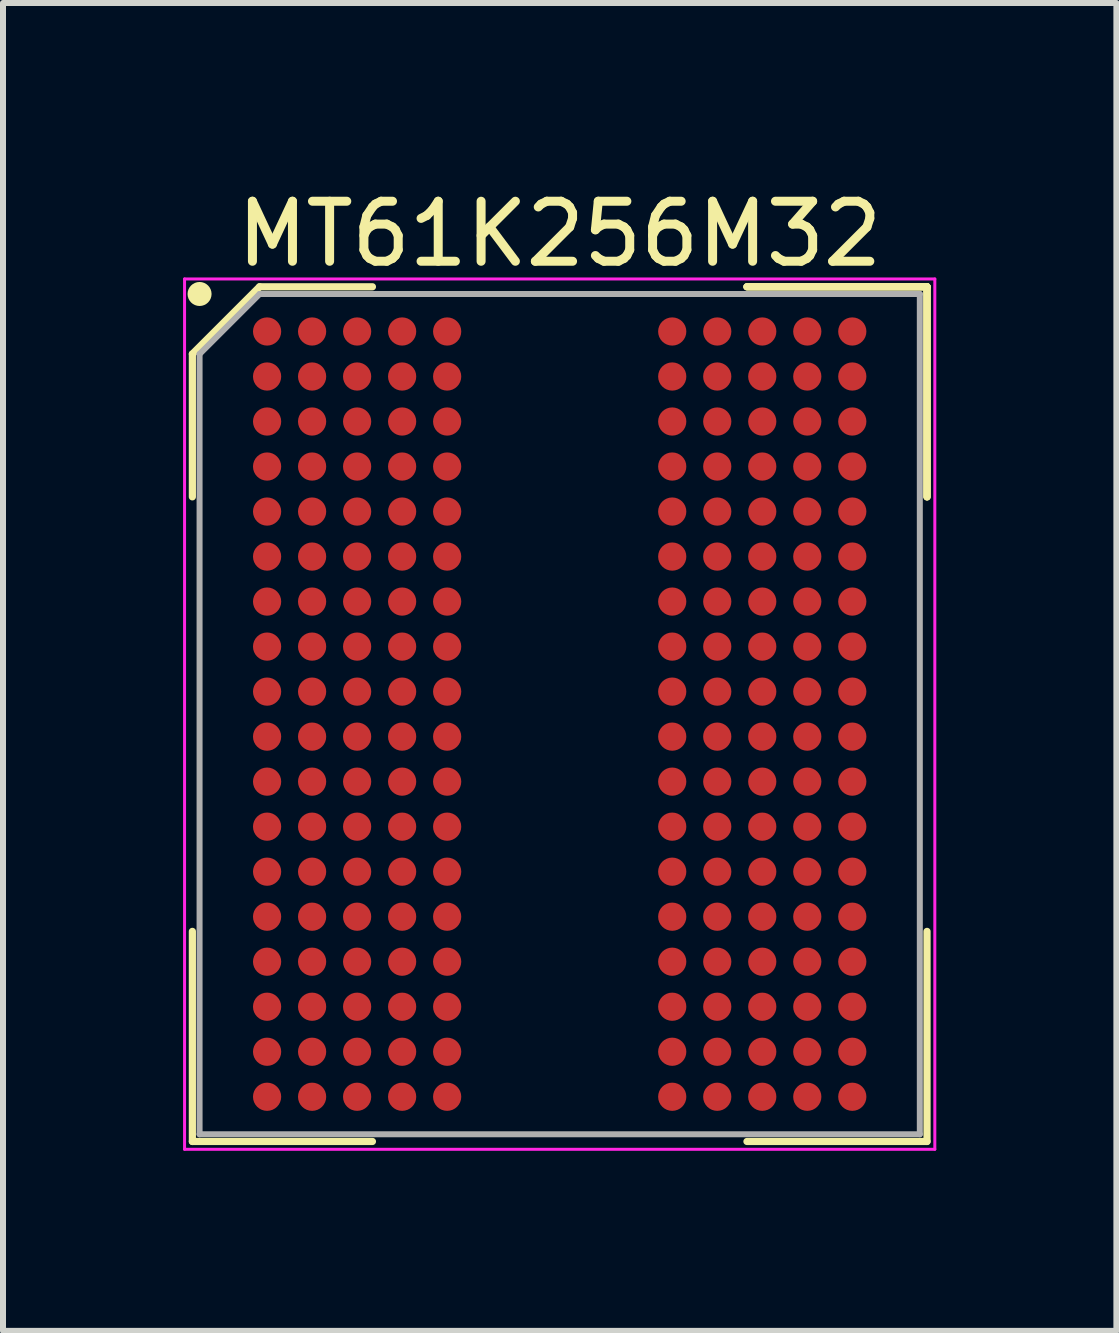
<source format=kicad_pcb>
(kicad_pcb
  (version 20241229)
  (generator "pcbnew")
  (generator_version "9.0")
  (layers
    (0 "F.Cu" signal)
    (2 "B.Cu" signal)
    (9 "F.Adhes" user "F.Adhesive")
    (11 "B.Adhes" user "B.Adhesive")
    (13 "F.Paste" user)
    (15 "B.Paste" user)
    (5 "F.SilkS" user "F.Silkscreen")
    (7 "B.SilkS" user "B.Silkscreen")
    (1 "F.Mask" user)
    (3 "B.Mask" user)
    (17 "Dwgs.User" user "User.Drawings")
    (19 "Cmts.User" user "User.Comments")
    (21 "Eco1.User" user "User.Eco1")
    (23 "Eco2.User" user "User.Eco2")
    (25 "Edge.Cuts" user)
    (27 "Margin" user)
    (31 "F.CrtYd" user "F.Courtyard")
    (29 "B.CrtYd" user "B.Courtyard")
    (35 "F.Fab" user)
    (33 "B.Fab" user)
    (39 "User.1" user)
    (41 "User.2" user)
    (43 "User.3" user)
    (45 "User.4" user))
  (footprint "MT61K256M32"
    (layer "F.Cu")
    (at 6.275 8.848)
    (property "Reference" "MT61K256M32" (at 0 -8 0) (layer "F.SilkS") (effects (font (size 1 1) (thickness 0.15))))
    (attr smd)
    (fp_line (start -6.12 -6) (end -6.12 -3.62) (stroke (width 0.12) (type solid)) (layer "F.SilkS"))
    (fp_line (start -6.12 7.12) (end -6.12 3.62) (stroke (width 0.12) (type solid)) (layer "F.SilkS"))
    (fp_line (start -5 -7.12) (end -6.12 -6) (stroke (width 0.12) (type solid)) (layer "F.SilkS"))
    (fp_line (start -3.12 -7.12) (end -5 -7.12) (stroke (width 0.12) (type solid)) (layer "F.SilkS"))
    (fp_line (start -3.12 7.12) (end -6.12 7.12) (stroke (width 0.12) (type solid)) (layer "F.SilkS"))
    (fp_line (start 3.12 -7.12) (end 6.12 -7.12) (stroke (width 0.12) (type solid)) (layer "F.SilkS"))
    (fp_line (start 3.12 -7.12) (end 6.12 -7.12) (stroke (width 0.12) (type solid)) (layer "F.SilkS"))
    (fp_line (start 3.12 -7.12) (end 6.12 -7.12) (stroke (width 0.12) (type solid)) (layer "F.SilkS"))
    (fp_line (start 3.12 7.12) (end 6.12 7.12) (stroke (width 0.12) (type solid)) (layer "F.SilkS"))
    (fp_line (start 6.12 -7.12) (end 6.12 -3.62) (stroke (width 0.12) (type solid)) (layer "F.SilkS"))
    (fp_line (start 6.12 -7.12) (end 6.12 -3.62) (stroke (width 0.12) (type solid)) (layer "F.SilkS"))
    (fp_line (start 6.12 -7.12) (end 6.12 -3.62) (stroke (width 0.12) (type solid)) (layer "F.SilkS"))
    (fp_line (start 6.12 7.12) (end 6.12 3.62) (stroke (width 0.12) (type solid)) (layer "F.SilkS"))
    (fp_circle (center -6 -7) (end -6 -6.9) (stroke (width 0.2) (type solid)) (fill no) (layer "F.SilkS"))
    (fp_line (start -6.25 -7.25) (end 6.25 -7.25) (stroke (width 0.05) (type solid)) (layer "F.CrtYd"))
    (fp_line (start -6.25 7.25) (end -6.25 -7.25) (stroke (width 0.05) (type solid)) (layer "F.CrtYd"))
    (fp_line (start 6.25 -7.25) (end 6.25 7.25) (stroke (width 0.05) (type solid)) (layer "F.CrtYd"))
    (fp_line (start 6.25 7.25) (end -6.25 7.25) (stroke (width 0.05) (type solid)) (layer "F.CrtYd"))
    (fp_line (start -6 -6) (end -6 7) (stroke (width 0.1) (type solid)) (layer "F.Fab"))
    (fp_line (start -6 7) (end 6 7) (stroke (width 0.1) (type solid)) (layer "F.Fab"))
    (fp_line (start -5 -7) (end -6 -6) (stroke (width 0.1) (type solid)) (layer "F.Fab"))
    (fp_line (start 6 -7) (end -5 -7) (stroke (width 0.1) (type solid)) (layer "F.Fab"))
    (fp_line (start 6 7) (end 6 -7) (stroke (width 0.1) (type solid)) (layer "F.Fab"))
    (pad "A1" smd circle (at -4.875 -6.375) (size 0.47 0.47) (layers "F.Cu" "F.Mask" "F.Paste"))
    (pad "A2" smd circle (at -4.125 -6.375) (size 0.47 0.47) (layers "F.Cu" "F.Mask" "F.Paste"))
    (pad "A3" smd circle (at -3.375 -6.375) (size 0.47 0.47) (layers "F.Cu" "F.Mask" "F.Paste"))
    (pad "A4" smd circle (at -2.625 -6.375) (size 0.47 0.47) (layers "F.Cu" "F.Mask" "F.Paste"))
    (pad "A5" smd circle (at -1.875 -6.375) (size 0.47 0.47) (layers "F.Cu" "F.Mask" "F.Paste"))
    (pad "A10" smd circle (at 1.875 -6.375) (size 0.47 0.47) (layers "F.Cu" "F.Mask" "F.Paste"))
    (pad "A11" smd circle (at 2.625 -6.375) (size 0.47 0.47) (layers "F.Cu" "F.Mask" "F.Paste"))
    (pad "A12" smd circle (at 3.375 -6.375) (size 0.47 0.47) (layers "F.Cu" "F.Mask" "F.Paste"))
    (pad "A13" smd circle (at 4.125 -6.375) (size 0.47 0.47) (layers "F.Cu" "F.Mask" "F.Paste"))
    (pad "A14" smd circle (at 4.875 -6.375) (size 0.47 0.47) (layers "F.Cu" "F.Mask" "F.Paste"))
    (pad "B1" smd circle (at -4.875 -5.625) (size 0.47 0.47) (layers "F.Cu" "F.Mask" "F.Paste"))
    (pad "B2" smd circle (at -4.125 -5.625) (size 0.47 0.47) (layers "F.Cu" "F.Mask" "F.Paste"))
    (pad "B3" smd circle (at -3.375 -5.625) (size 0.47 0.47) (layers "F.Cu" "F.Mask" "F.Paste"))
    (pad "B4" smd circle (at -2.625 -5.625) (size 0.47 0.47) (layers "F.Cu" "F.Mask" "F.Paste"))
    (pad "B5" smd circle (at -1.875 -5.625) (size 0.47 0.47) (layers "F.Cu" "F.Mask" "F.Paste"))
    (pad "B10" smd circle (at 1.875 -5.625) (size 0.47 0.47) (layers "F.Cu" "F.Mask" "F.Paste"))
    (pad "B11" smd circle (at 2.625 -5.625) (size 0.47 0.47) (layers "F.Cu" "F.Mask" "F.Paste"))
    (pad "B12" smd circle (at 3.375 -5.625) (size 0.47 0.47) (layers "F.Cu" "F.Mask" "F.Paste"))
    (pad "B13" smd circle (at 4.125 -5.625) (size 0.47 0.47) (layers "F.Cu" "F.Mask" "F.Paste"))
    (pad "B14" smd circle (at 4.875 -5.625) (size 0.47 0.47) (layers "F.Cu" "F.Mask" "F.Paste"))
    (pad "C1" smd circle (at -4.875 -4.875) (size 0.47 0.47) (layers "F.Cu" "F.Mask" "F.Paste"))
    (pad "C2" smd circle (at -4.125 -4.875) (size 0.47 0.47) (layers "F.Cu" "F.Mask" "F.Paste"))
    (pad "C3" smd circle (at -3.375 -4.875) (size 0.47 0.47) (layers "F.Cu" "F.Mask" "F.Paste"))
    (pad "C4" smd circle (at -2.625 -4.875) (size 0.47 0.47) (layers "F.Cu" "F.Mask" "F.Paste"))
    (pad "C5" smd circle (at -1.875 -4.875) (size 0.47 0.47) (layers "F.Cu" "F.Mask" "F.Paste"))
    (pad "C10" smd circle (at 1.875 -4.875) (size 0.47 0.47) (layers "F.Cu" "F.Mask" "F.Paste"))
    (pad "C11" smd circle (at 2.625 -4.875) (size 0.47 0.47) (layers "F.Cu" "F.Mask" "F.Paste"))
    (pad "C12" smd circle (at 3.375 -4.875) (size 0.47 0.47) (layers "F.Cu" "F.Mask" "F.Paste"))
    (pad "C13" smd circle (at 4.125 -4.875) (size 0.47 0.47) (layers "F.Cu" "F.Mask" "F.Paste"))
    (pad "C14" smd circle (at 4.875 -4.875) (size 0.47 0.47) (layers "F.Cu" "F.Mask" "F.Paste"))
    (pad "D1" smd circle (at -4.875 -4.125) (size 0.47 0.47) (layers "F.Cu" "F.Mask" "F.Paste"))
    (pad "D2" smd circle (at -4.125 -4.125) (size 0.47 0.47) (layers "F.Cu" "F.Mask" "F.Paste"))
    (pad "D3" smd circle (at -3.375 -4.125) (size 0.47 0.47) (layers "F.Cu" "F.Mask" "F.Paste"))
    (pad "D4" smd circle (at -2.625 -4.125) (size 0.47 0.47) (layers "F.Cu" "F.Mask" "F.Paste"))
    (pad "D5" smd circle (at -1.875 -4.125) (size 0.47 0.47) (layers "F.Cu" "F.Mask" "F.Paste"))
    (pad "D10" smd circle (at 1.875 -4.125) (size 0.47 0.47) (layers "F.Cu" "F.Mask" "F.Paste"))
    (pad "D11" smd circle (at 2.625 -4.125) (size 0.47 0.47) (layers "F.Cu" "F.Mask" "F.Paste"))
    (pad "D12" smd circle (at 3.375 -4.125) (size 0.47 0.47) (layers "F.Cu" "F.Mask" "F.Paste"))
    (pad "D13" smd circle (at 4.125 -4.125) (size 0.47 0.47) (layers "F.Cu" "F.Mask" "F.Paste"))
    (pad "D14" smd circle (at 4.875 -4.125) (size 0.47 0.47) (layers "F.Cu" "F.Mask" "F.Paste"))
    (pad "E1" smd circle (at -4.875 -3.375) (size 0.47 0.47) (layers "F.Cu" "F.Mask" "F.Paste"))
    (pad "E2" smd circle (at -4.125 -3.375) (size 0.47 0.47) (layers "F.Cu" "F.Mask" "F.Paste"))
    (pad "E3" smd circle (at -3.375 -3.375) (size 0.47 0.47) (layers "F.Cu" "F.Mask" "F.Paste"))
    (pad "E4" smd circle (at -2.625 -3.375) (size 0.47 0.47) (layers "F.Cu" "F.Mask" "F.Paste"))
    (pad "E5" smd circle (at -1.875 -3.375) (size 0.47 0.47) (layers "F.Cu" "F.Mask" "F.Paste"))
    (pad "E10" smd circle (at 1.875 -3.375) (size 0.47 0.47) (layers "F.Cu" "F.Mask" "F.Paste"))
    (pad "E11" smd circle (at 2.625 -3.375) (size 0.47 0.47) (layers "F.Cu" "F.Mask" "F.Paste"))
    (pad "E12" smd circle (at 3.375 -3.375) (size 0.47 0.47) (layers "F.Cu" "F.Mask" "F.Paste"))
    (pad "E13" smd circle (at 4.125 -3.375) (size 0.47 0.47) (layers "F.Cu" "F.Mask" "F.Paste"))
    (pad "E14" smd circle (at 4.875 -3.375) (size 0.47 0.47) (layers "F.Cu" "F.Mask" "F.Paste"))
    (pad "F1" smd circle (at -4.875 -2.625) (size 0.47 0.47) (layers "F.Cu" "F.Mask" "F.Paste"))
    (pad "F2" smd circle (at -4.125 -2.625) (size 0.47 0.47) (layers "F.Cu" "F.Mask" "F.Paste"))
    (pad "F3" smd circle (at -3.375 -2.625) (size 0.47 0.47) (layers "F.Cu" "F.Mask" "F.Paste"))
    (pad "F4" smd circle (at -2.625 -2.625) (size 0.47 0.47) (layers "F.Cu" "F.Mask" "F.Paste"))
    (pad "F5" smd circle (at -1.875 -2.625) (size 0.47 0.47) (layers "F.Cu" "F.Mask" "F.Paste"))
    (pad "F10" smd circle (at 1.875 -2.625) (size 0.47 0.47) (layers "F.Cu" "F.Mask" "F.Paste"))
    (pad "F11" smd circle (at 2.625 -2.625) (size 0.47 0.47) (layers "F.Cu" "F.Mask" "F.Paste"))
    (pad "F12" smd circle (at 3.375 -2.625) (size 0.47 0.47) (layers "F.Cu" "F.Mask" "F.Paste"))
    (pad "F13" smd circle (at 4.125 -2.625) (size 0.47 0.47) (layers "F.Cu" "F.Mask" "F.Paste"))
    (pad "F14" smd circle (at 4.875 -2.625) (size 0.47 0.47) (layers "F.Cu" "F.Mask" "F.Paste"))
    (pad "G1" smd circle (at -4.875 -1.875) (size 0.47 0.47) (layers "F.Cu" "F.Mask" "F.Paste"))
    (pad "G2" smd circle (at -4.125 -1.875) (size 0.47 0.47) (layers "F.Cu" "F.Mask" "F.Paste"))
    (pad "G3" smd circle (at -3.375 -1.875) (size 0.47 0.47) (layers "F.Cu" "F.Mask" "F.Paste"))
    (pad "G4" smd circle (at -2.625 -1.875) (size 0.47 0.47) (layers "F.Cu" "F.Mask" "F.Paste"))
    (pad "G5" smd circle (at -1.875 -1.875) (size 0.47 0.47) (layers "F.Cu" "F.Mask" "F.Paste"))
    (pad "G10" smd circle (at 1.875 -1.875) (size 0.47 0.47) (layers "F.Cu" "F.Mask" "F.Paste"))
    (pad "G11" smd circle (at 2.625 -1.875) (size 0.47 0.47) (layers "F.Cu" "F.Mask" "F.Paste"))
    (pad "G12" smd circle (at 3.375 -1.875) (size 0.47 0.47) (layers "F.Cu" "F.Mask" "F.Paste"))
    (pad "G13" smd circle (at 4.125 -1.875) (size 0.47 0.47) (layers "F.Cu" "F.Mask" "F.Paste"))
    (pad "G14" smd circle (at 4.875 -1.875) (size 0.47 0.47) (layers "F.Cu" "F.Mask" "F.Paste"))
    (pad "H1" smd circle (at -4.875 -1.125) (size 0.47 0.47) (layers "F.Cu" "F.Mask" "F.Paste"))
    (pad "H2" smd circle (at -4.125 -1.125) (size 0.47 0.47) (layers "F.Cu" "F.Mask" "F.Paste"))
    (pad "H3" smd circle (at -3.375 -1.125) (size 0.47 0.47) (layers "F.Cu" "F.Mask" "F.Paste"))
    (pad "H4" smd circle (at -2.625 -1.125) (size 0.47 0.47) (layers "F.Cu" "F.Mask" "F.Paste"))
    (pad "H5" smd circle (at -1.875 -1.125) (size 0.47 0.47) (layers "F.Cu" "F.Mask" "F.Paste"))
    (pad "H10" smd circle (at 1.875 -1.125) (size 0.47 0.47) (layers "F.Cu" "F.Mask" "F.Paste"))
    (pad "H11" smd circle (at 2.625 -1.125) (size 0.47 0.47) (layers "F.Cu" "F.Mask" "F.Paste"))
    (pad "H12" smd circle (at 3.375 -1.125) (size 0.47 0.47) (layers "F.Cu" "F.Mask" "F.Paste"))
    (pad "H13" smd circle (at 4.125 -1.125) (size 0.47 0.47) (layers "F.Cu" "F.Mask" "F.Paste"))
    (pad "H14" smd circle (at 4.875 -1.125) (size 0.47 0.47) (layers "F.Cu" "F.Mask" "F.Paste"))
    (pad "J1" smd circle (at -4.875 -0.375) (size 0.47 0.47) (layers "F.Cu" "F.Mask" "F.Paste"))
    (pad "J2" smd circle (at -4.125 -0.375) (size 0.47 0.47) (layers "F.Cu" "F.Mask" "F.Paste"))
    (pad "J3" smd circle (at -3.375 -0.375) (size 0.47 0.47) (layers "F.Cu" "F.Mask" "F.Paste"))
    (pad "J4" smd circle (at -2.625 -0.375) (size 0.47 0.47) (layers "F.Cu" "F.Mask" "F.Paste"))
    (pad "J5" smd circle (at -1.875 -0.375) (size 0.47 0.47) (layers "F.Cu" "F.Mask" "F.Paste"))
    (pad "J10" smd circle (at 1.875 -0.375) (size 0.47 0.47) (layers "F.Cu" "F.Mask" "F.Paste"))
    (pad "J11" smd circle (at 2.625 -0.375) (size 0.47 0.47) (layers "F.Cu" "F.Mask" "F.Paste"))
    (pad "J12" smd circle (at 3.375 -0.375) (size 0.47 0.47) (layers "F.Cu" "F.Mask" "F.Paste"))
    (pad "J13" smd circle (at 4.125 -0.375) (size 0.47 0.47) (layers "F.Cu" "F.Mask" "F.Paste"))
    (pad "J14" smd circle (at 4.875 -0.375) (size 0.47 0.47) (layers "F.Cu" "F.Mask" "F.Paste"))
    (pad "K1" smd circle (at -4.875 0.375) (size 0.47 0.47) (layers "F.Cu" "F.Mask" "F.Paste"))
    (pad "K2" smd circle (at -4.125 0.375) (size 0.47 0.47) (layers "F.Cu" "F.Mask" "F.Paste"))
    (pad "K3" smd circle (at -3.375 0.375) (size 0.47 0.47) (layers "F.Cu" "F.Mask" "F.Paste"))
    (pad "K4" smd circle (at -2.625 0.375) (size 0.47 0.47) (layers "F.Cu" "F.Mask" "F.Paste"))
    (pad "K5" smd circle (at -1.875 0.375) (size 0.47 0.47) (layers "F.Cu" "F.Mask" "F.Paste"))
    (pad "K10" smd circle (at 1.875 0.375) (size 0.47 0.47) (layers "F.Cu" "F.Mask" "F.Paste"))
    (pad "K11" smd circle (at 2.625 0.375) (size 0.47 0.47) (layers "F.Cu" "F.Mask" "F.Paste"))
    (pad "K12" smd circle (at 3.375 0.375) (size 0.47 0.47) (layers "F.Cu" "F.Mask" "F.Paste"))
    (pad "K13" smd circle (at 4.125 0.375) (size 0.47 0.47) (layers "F.Cu" "F.Mask" "F.Paste"))
    (pad "K14" smd circle (at 4.875 0.375) (size 0.47 0.47) (layers "F.Cu" "F.Mask" "F.Paste"))
    (pad "L1" smd circle (at -4.875 1.125) (size 0.47 0.47) (layers "F.Cu" "F.Mask" "F.Paste"))
    (pad "L2" smd circle (at -4.125 1.125) (size 0.47 0.47) (layers "F.Cu" "F.Mask" "F.Paste"))
    (pad "L3" smd circle (at -3.375 1.125) (size 0.47 0.47) (layers "F.Cu" "F.Mask" "F.Paste"))
    (pad "L4" smd circle (at -2.625 1.125) (size 0.47 0.47) (layers "F.Cu" "F.Mask" "F.Paste"))
    (pad "L5" smd circle (at -1.875 1.125) (size 0.47 0.47) (layers "F.Cu" "F.Mask" "F.Paste"))
    (pad "L10" smd circle (at 1.875 1.125) (size 0.47 0.47) (layers "F.Cu" "F.Mask" "F.Paste"))
    (pad "L11" smd circle (at 2.625 1.125) (size 0.47 0.47) (layers "F.Cu" "F.Mask" "F.Paste"))
    (pad "L12" smd circle (at 3.375 1.125) (size 0.47 0.47) (layers "F.Cu" "F.Mask" "F.Paste"))
    (pad "L13" smd circle (at 4.125 1.125) (size 0.47 0.47) (layers "F.Cu" "F.Mask" "F.Paste"))
    (pad "L14" smd circle (at 4.875 1.125) (size 0.47 0.47) (layers "F.Cu" "F.Mask" "F.Paste"))
    (pad "M1" smd circle (at -4.875 1.875) (size 0.47 0.47) (layers "F.Cu" "F.Mask" "F.Paste"))
    (pad "M2" smd circle (at -4.125 1.875) (size 0.47 0.47) (layers "F.Cu" "F.Mask" "F.Paste"))
    (pad "M3" smd circle (at -3.375 1.875) (size 0.47 0.47) (layers "F.Cu" "F.Mask" "F.Paste"))
    (pad "M4" smd circle (at -2.625 1.875) (size 0.47 0.47) (layers "F.Cu" "F.Mask" "F.Paste"))
    (pad "M5" smd circle (at -1.875 1.875) (size 0.47 0.47) (layers "F.Cu" "F.Mask" "F.Paste"))
    (pad "M10" smd circle (at 1.875 1.875) (size 0.47 0.47) (layers "F.Cu" "F.Mask" "F.Paste"))
    (pad "M11" smd circle (at 2.625 1.875) (size 0.47 0.47) (layers "F.Cu" "F.Mask" "F.Paste"))
    (pad "M12" smd circle (at 3.375 1.875) (size 0.47 0.47) (layers "F.Cu" "F.Mask" "F.Paste"))
    (pad "M13" smd circle (at 4.125 1.875) (size 0.47 0.47) (layers "F.Cu" "F.Mask" "F.Paste"))
    (pad "M14" smd circle (at 4.875 1.875) (size 0.47 0.47) (layers "F.Cu" "F.Mask" "F.Paste"))
    (pad "N1" smd circle (at -4.875 2.625) (size 0.47 0.47) (layers "F.Cu" "F.Mask" "F.Paste"))
    (pad "N2" smd circle (at -4.125 2.625) (size 0.47 0.47) (layers "F.Cu" "F.Mask" "F.Paste"))
    (pad "N3" smd circle (at -3.375 2.625) (size 0.47 0.47) (layers "F.Cu" "F.Mask" "F.Paste"))
    (pad "N4" smd circle (at -2.625 2.625) (size 0.47 0.47) (layers "F.Cu" "F.Mask" "F.Paste"))
    (pad "N5" smd circle (at -1.875 2.625) (size 0.47 0.47) (layers "F.Cu" "F.Mask" "F.Paste"))
    (pad "N10" smd circle (at 1.875 2.625) (size 0.47 0.47) (layers "F.Cu" "F.Mask" "F.Paste"))
    (pad "N11" smd circle (at 2.625 2.625) (size 0.47 0.47) (layers "F.Cu" "F.Mask" "F.Paste"))
    (pad "N12" smd circle (at 3.375 2.625) (size 0.47 0.47) (layers "F.Cu" "F.Mask" "F.Paste"))
    (pad "N13" smd circle (at 4.125 2.625) (size 0.47 0.47) (layers "F.Cu" "F.Mask" "F.Paste"))
    (pad "N14" smd circle (at 4.875 2.625) (size 0.47 0.47) (layers "F.Cu" "F.Mask" "F.Paste"))
    (pad "P1" smd circle (at -4.875 3.375) (size 0.47 0.47) (layers "F.Cu" "F.Mask" "F.Paste"))
    (pad "P2" smd circle (at -4.125 3.375) (size 0.47 0.47) (layers "F.Cu" "F.Mask" "F.Paste"))
    (pad "P3" smd circle (at -3.375 3.375) (size 0.47 0.47) (layers "F.Cu" "F.Mask" "F.Paste"))
    (pad "P4" smd circle (at -2.625 3.375) (size 0.47 0.47) (layers "F.Cu" "F.Mask" "F.Paste"))
    (pad "P5" smd circle (at -1.875 3.375) (size 0.47 0.47) (layers "F.Cu" "F.Mask" "F.Paste"))
    (pad "P10" smd circle (at 1.875 3.375) (size 0.47 0.47) (layers "F.Cu" "F.Mask" "F.Paste"))
    (pad "P11" smd circle (at 2.625 3.375) (size 0.47 0.47) (layers "F.Cu" "F.Mask" "F.Paste"))
    (pad "P12" smd circle (at 3.375 3.375) (size 0.47 0.47) (layers "F.Cu" "F.Mask" "F.Paste"))
    (pad "P13" smd circle (at 4.125 3.375) (size 0.47 0.47) (layers "F.Cu" "F.Mask" "F.Paste"))
    (pad "P14" smd circle (at 4.875 3.375) (size 0.47 0.47) (layers "F.Cu" "F.Mask" "F.Paste"))
    (pad "R1" smd circle (at -4.875 4.125) (size 0.47 0.47) (layers "F.Cu" "F.Mask" "F.Paste"))
    (pad "R2" smd circle (at -4.125 4.125) (size 0.47 0.47) (layers "F.Cu" "F.Mask" "F.Paste"))
    (pad "R3" smd circle (at -3.375 4.125) (size 0.47 0.47) (layers "F.Cu" "F.Mask" "F.Paste"))
    (pad "R4" smd circle (at -2.625 4.125) (size 0.47 0.47) (layers "F.Cu" "F.Mask" "F.Paste"))
    (pad "R5" smd circle (at -1.875 4.125) (size 0.47 0.47) (layers "F.Cu" "F.Mask" "F.Paste"))
    (pad "R10" smd circle (at 1.875 4.125) (size 0.47 0.47) (layers "F.Cu" "F.Mask" "F.Paste"))
    (pad "R11" smd circle (at 2.625 4.125) (size 0.47 0.47) (layers "F.Cu" "F.Mask" "F.Paste"))
    (pad "R12" smd circle (at 3.375 4.125) (size 0.47 0.47) (layers "F.Cu" "F.Mask" "F.Paste"))
    (pad "R13" smd circle (at 4.125 4.125) (size 0.47 0.47) (layers "F.Cu" "F.Mask" "F.Paste"))
    (pad "R14" smd circle (at 4.875 4.125) (size 0.47 0.47) (layers "F.Cu" "F.Mask" "F.Paste"))
    (pad "T1" smd circle (at -4.875 4.875) (size 0.47 0.47) (layers "F.Cu" "F.Mask" "F.Paste"))
    (pad "T2" smd circle (at -4.125 4.875) (size 0.47 0.47) (layers "F.Cu" "F.Mask" "F.Paste"))
    (pad "T3" smd circle (at -3.375 4.875) (size 0.47 0.47) (layers "F.Cu" "F.Mask" "F.Paste"))
    (pad "T4" smd circle (at -2.625 4.875) (size 0.47 0.47) (layers "F.Cu" "F.Mask" "F.Paste"))
    (pad "T5" smd circle (at -1.875 4.875) (size 0.47 0.47) (layers "F.Cu" "F.Mask" "F.Paste"))
    (pad "T10" smd circle (at 1.875 4.875) (size 0.47 0.47) (layers "F.Cu" "F.Mask" "F.Paste"))
    (pad "T11" smd circle (at 2.625 4.875) (size 0.47 0.47) (layers "F.Cu" "F.Mask" "F.Paste"))
    (pad "T12" smd circle (at 3.375 4.875) (size 0.47 0.47) (layers "F.Cu" "F.Mask" "F.Paste"))
    (pad "T13" smd circle (at 4.125 4.875) (size 0.47 0.47) (layers "F.Cu" "F.Mask" "F.Paste"))
    (pad "T14" smd circle (at 4.875 4.875) (size 0.47 0.47) (layers "F.Cu" "F.Mask" "F.Paste"))
    (pad "U1" smd circle (at -4.875 5.625) (size 0.47 0.47) (layers "F.Cu" "F.Mask" "F.Paste"))
    (pad "U2" smd circle (at -4.125 5.625) (size 0.47 0.47) (layers "F.Cu" "F.Mask" "F.Paste"))
    (pad "U3" smd circle (at -3.375 5.625) (size 0.47 0.47) (layers "F.Cu" "F.Mask" "F.Paste"))
    (pad "U4" smd circle (at -2.625 5.625) (size 0.47 0.47) (layers "F.Cu" "F.Mask" "F.Paste"))
    (pad "U5" smd circle (at -1.875 5.625) (size 0.47 0.47) (layers "F.Cu" "F.Mask" "F.Paste"))
    (pad "U10" smd circle (at 1.875 5.625) (size 0.47 0.47) (layers "F.Cu" "F.Mask" "F.Paste"))
    (pad "U11" smd circle (at 2.625 5.625) (size 0.47 0.47) (layers "F.Cu" "F.Mask" "F.Paste"))
    (pad "U12" smd circle (at 3.375 5.625) (size 0.47 0.47) (layers "F.Cu" "F.Mask" "F.Paste"))
    (pad "U13" smd circle (at 4.125 5.625) (size 0.47 0.47) (layers "F.Cu" "F.Mask" "F.Paste"))
    (pad "U14" smd circle (at 4.875 5.625) (size 0.47 0.47) (layers "F.Cu" "F.Mask" "F.Paste"))
    (pad "V1" smd circle (at -4.875 6.375) (size 0.47 0.47) (layers "F.Cu" "F.Mask" "F.Paste"))
    (pad "V2" smd circle (at -4.125 6.375) (size 0.47 0.47) (layers "F.Cu" "F.Mask" "F.Paste"))
    (pad "V3" smd circle (at -3.375 6.375) (size 0.47 0.47) (layers "F.Cu" "F.Mask" "F.Paste"))
    (pad "V4" smd circle (at -2.625 6.375) (size 0.47 0.47) (layers "F.Cu" "F.Mask" "F.Paste"))
    (pad "V5" smd circle (at -1.875 6.375) (size 0.47 0.47) (layers "F.Cu" "F.Mask" "F.Paste"))
    (pad "V10" smd circle (at 1.875 6.375) (size 0.47 0.47) (layers "F.Cu" "F.Mask" "F.Paste"))
    (pad "V11" smd circle (at 2.625 6.375) (size 0.47 0.47) (layers "F.Cu" "F.Mask" "F.Paste"))
    (pad "V12" smd circle (at 3.375 6.375) (size 0.47 0.47) (layers "F.Cu" "F.Mask" "F.Paste"))
    (pad "V13" smd circle (at 4.125 6.375) (size 0.47 0.47) (layers "F.Cu" "F.Mask" "F.Paste"))
    (pad "V14" smd circle (at 4.875 6.375) (size 0.47 0.47) (layers "F.Cu" "F.Mask" "F.Paste")))
  (gr_rect
    (start -3 -3)
    (end 15.55 19.123)
    (stroke (width 0.1) (type default))
    (fill no)
    (layer "Edge.Cuts")))
</source>
